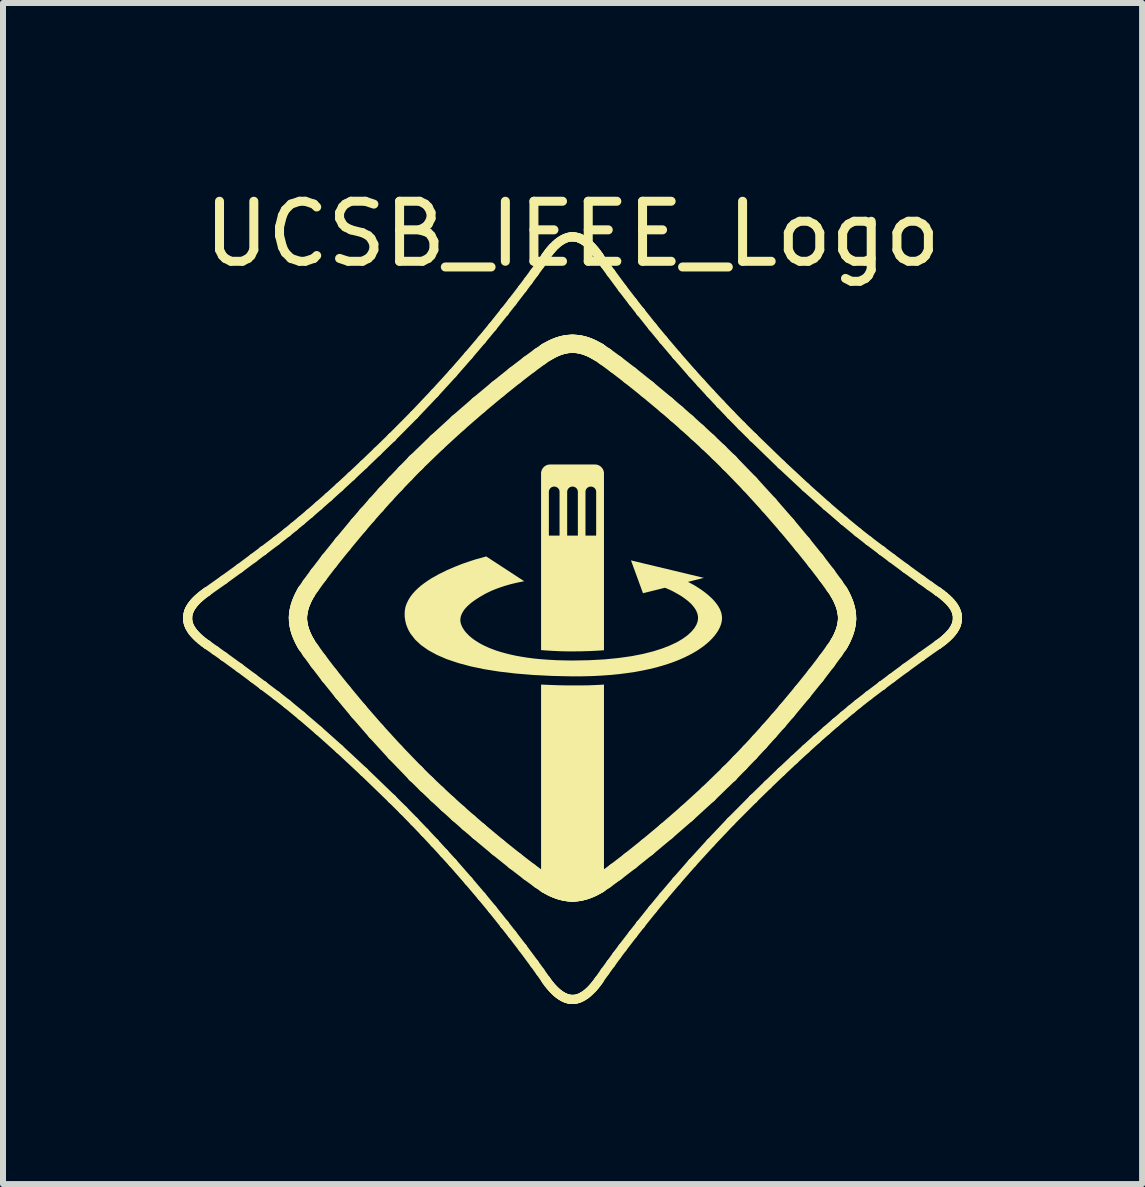
<source format=kicad_pcb>
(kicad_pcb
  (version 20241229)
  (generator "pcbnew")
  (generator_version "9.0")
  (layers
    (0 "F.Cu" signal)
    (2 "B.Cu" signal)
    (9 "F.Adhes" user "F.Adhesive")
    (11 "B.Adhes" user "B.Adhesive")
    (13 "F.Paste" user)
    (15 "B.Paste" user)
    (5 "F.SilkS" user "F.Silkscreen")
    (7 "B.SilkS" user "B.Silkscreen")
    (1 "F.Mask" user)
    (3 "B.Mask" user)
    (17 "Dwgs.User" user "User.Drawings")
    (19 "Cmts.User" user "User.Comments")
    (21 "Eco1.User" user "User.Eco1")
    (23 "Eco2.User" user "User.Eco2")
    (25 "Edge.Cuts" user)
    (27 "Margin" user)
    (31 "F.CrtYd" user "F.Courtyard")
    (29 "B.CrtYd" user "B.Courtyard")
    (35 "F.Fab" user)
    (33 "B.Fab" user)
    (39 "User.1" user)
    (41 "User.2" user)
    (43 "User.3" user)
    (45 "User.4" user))
  (footprint "UCSB_IEEE_Logo"
    (layer "F.Cu")
    (at 6.488 7.248)
    (property "Reference" "UCSB_IEEE_Logo" (at 0 -6.4 0) (unlocked yes) (layer "F.SilkS") (effects (font (size 1 1) (thickness 0.15))))
    (fp_line (start -6.412 0.000001) (end -6.412 0.000001) (stroke (width 0.152) (type solid)) (layer "F.SilkS"))
    (fp_line (start -6.412 0.000001) (end -6.412 -0.015) (stroke (width 0.152) (type solid)) (layer "F.SilkS"))
    (fp_line (start -6.412 -0.015) (end -6.411 -0.032) (stroke (width 0.152) (type solid)) (layer "F.SilkS"))
    (fp_line (start -6.411 -0.032) (end -6.409 -0.05) (stroke (width 0.152) (type solid)) (layer "F.SilkS"))
    (fp_line (start -6.411 0.032) (end -6.412 0.000001) (stroke (width 0.152) (type solid)) (layer "F.SilkS"))
    (fp_line (start -6.409 -0.05) (end -6.405 -0.07) (stroke (width 0.152) (type solid)) (layer "F.SilkS"))
    (fp_line (start -6.409 0.05) (end -6.411 0.032) (stroke (width 0.152) (type solid)) (layer "F.SilkS"))
    (fp_line (start -6.405 -0.07) (end -6.399 -0.092) (stroke (width 0.152) (type solid)) (layer "F.SilkS"))
    (fp_line (start -6.405 0.07) (end -6.409 0.05) (stroke (width 0.152) (type solid)) (layer "F.SilkS"))
    (fp_line (start -6.399 -0.092) (end -6.395 -0.104) (stroke (width 0.152) (type solid)) (layer "F.SilkS"))
    (fp_line (start -6.399 0.092) (end -6.405 0.07) (stroke (width 0.152) (type solid)) (layer "F.SilkS"))
    (fp_line (start -6.395 -0.104) (end -6.391 -0.116) (stroke (width 0.152) (type solid)) (layer "F.SilkS"))
    (fp_line (start -6.391 -0.116) (end -6.386 -0.129) (stroke (width 0.152) (type solid)) (layer "F.SilkS"))
    (fp_line (start -6.391 0.116) (end -6.399 0.092) (stroke (width 0.152) (type solid)) (layer "F.SilkS"))
    (fp_line (start -6.386 -0.129) (end -6.38 -0.142) (stroke (width 0.152) (type solid)) (layer "F.SilkS"))
    (fp_line (start -6.38 -0.142) (end -6.373 -0.155) (stroke (width 0.152) (type solid)) (layer "F.SilkS"))
    (fp_line (start -6.38 0.142) (end -6.391 0.116) (stroke (width 0.152) (type solid)) (layer "F.SilkS"))
    (fp_line (start -6.373 -0.155) (end -6.366 -0.169) (stroke (width 0.152) (type solid)) (layer "F.SilkS"))
    (fp_line (start -6.366 -0.169) (end -6.357 -0.183) (stroke (width 0.152) (type solid)) (layer "F.SilkS"))
    (fp_line (start -6.365 0.169) (end -6.38 0.142) (stroke (width 0.152) (type solid)) (layer "F.SilkS"))
    (fp_line (start -6.357 -0.183) (end -6.348 -0.198) (stroke (width 0.152) (type solid)) (layer "F.SilkS"))
    (fp_line (start -6.348 -0.198) (end -6.337 -0.212) (stroke (width 0.152) (type solid)) (layer "F.SilkS"))
    (fp_line (start -6.347 0.198) (end -6.365 0.169) (stroke (width 0.152) (type solid)) (layer "F.SilkS"))
    (fp_line (start -6.337 -0.212) (end -6.326 -0.228) (stroke (width 0.152) (type solid)) (layer "F.SilkS"))
    (fp_line (start -6.326 -0.228) (end -6.313 -0.244) (stroke (width 0.152) (type solid)) (layer "F.SilkS"))
    (fp_line (start -6.326 0.228) (end -6.347 0.198) (stroke (width 0.152) (type solid)) (layer "F.SilkS"))
    (fp_line (start -6.313 -0.244) (end -6.3 -0.26) (stroke (width 0.152) (type solid)) (layer "F.SilkS"))
    (fp_line (start -6.3 -0.26) (end -6.285 -0.276) (stroke (width 0.152) (type solid)) (layer "F.SilkS"))
    (fp_line (start -6.299 0.26) (end -6.326 0.228) (stroke (width 0.152) (type solid)) (layer "F.SilkS"))
    (fp_line (start -6.285 -0.276) (end -6.269 -0.293) (stroke (width 0.152) (type solid)) (layer "F.SilkS"))
    (fp_line (start -6.269 -0.293) (end -6.251 -0.311) (stroke (width 0.152) (type solid)) (layer "F.SilkS"))
    (fp_line (start -6.268 0.293) (end -6.299 0.26) (stroke (width 0.152) (type solid)) (layer "F.SilkS"))
    (fp_line (start -6.251 -0.311) (end -6.232 -0.328) (stroke (width 0.152) (type solid)) (layer "F.SilkS"))
    (fp_line (start -6.232 -0.328) (end -6.212 -0.346) (stroke (width 0.152) (type solid)) (layer "F.SilkS"))
    (fp_line (start -6.232 0.328) (end -6.268 0.293) (stroke (width 0.152) (type solid)) (layer "F.SilkS"))
    (fp_line (start -6.212 -0.346) (end -6.19 -0.365) (stroke (width 0.152) (type solid)) (layer "F.SilkS"))
    (fp_line (start -6.19 -0.365) (end -6.167 -0.384) (stroke (width 0.152) (type solid)) (layer "F.SilkS"))
    (fp_line (start -6.19 0.365) (end -6.232 0.328) (stroke (width 0.152) (type solid)) (layer "F.SilkS"))
    (fp_line (start -6.167 -0.384) (end -6.142 -0.403) (stroke (width 0.152) (type solid)) (layer "F.SilkS"))
    (fp_line (start -6.142 -0.403) (end -6.116 -0.422) (stroke (width 0.152) (type solid)) (layer "F.SilkS"))
    (fp_line (start -6.142 0.403) (end -6.19 0.365) (stroke (width 0.152) (type solid)) (layer "F.SilkS"))
    (fp_line (start -6.116 -0.422) (end -6.088 -0.442) (stroke (width 0.152) (type solid)) (layer "F.SilkS"))
    (fp_line (start -6.088 -0.442) (end -6.088 -0.442) (stroke (width 0.152) (type solid)) (layer "F.SilkS"))
    (fp_line (start -6.088 -0.442) (end -5.811 -0.638) (stroke (width 0.152) (type solid)) (layer "F.SilkS"))
    (fp_line (start -6.088 0.442) (end -6.142 0.403) (stroke (width 0.152) (type solid)) (layer "F.SilkS"))
    (fp_line (start -6.088 0.442) (end -6.088 0.442) (stroke (width 0.152) (type solid)) (layer "F.SilkS"))
    (fp_line (start -5.95 0.539) (end -6.088 0.442) (stroke (width 0.152) (type solid)) (layer "F.SilkS"))
    (fp_line (start -5.811 -0.638) (end -5.546 -0.83) (stroke (width 0.152) (type solid)) (layer "F.SilkS"))
    (fp_line (start -5.811 0.638) (end -5.95 0.539) (stroke (width 0.152) (type solid)) (layer "F.SilkS"))
    (fp_line (start -5.546 -0.83) (end -5.319 -0.999) (stroke (width 0.152) (type solid)) (layer "F.SilkS"))
    (fp_line (start -5.546 0.83) (end -5.811 0.638) (stroke (width 0.152) (type solid)) (layer "F.SilkS"))
    (fp_line (start -5.319 -0.999) (end -5.154 -1.123) (stroke (width 0.152) (type solid)) (layer "F.SilkS"))
    (fp_line (start -5.319 0.999) (end -5.546 0.83) (stroke (width 0.152) (type solid)) (layer "F.SilkS"))
    (fp_line (start -5.154 -1.123) (end -5.154 -1.123) (stroke (width 0.152) (type solid)) (layer "F.SilkS"))
    (fp_line (start -5.154 -1.123) (end -4.935 -1.288) (stroke (width 0.152) (type solid)) (layer "F.SilkS"))
    (fp_line (start -5.154 1.123) (end -5.319 0.999) (stroke (width 0.152) (type solid)) (layer "F.SilkS"))
    (fp_line (start -5.154 1.123) (end -5.154 1.123) (stroke (width 0.152) (type solid)) (layer "F.SilkS"))
    (fp_line (start -4.935 -1.288) (end -4.753 -1.431) (stroke (width 0.152) (type solid)) (layer "F.SilkS"))
    (fp_line (start -4.935 1.288) (end -5.154 1.123) (stroke (width 0.152) (type solid)) (layer "F.SilkS"))
    (fp_line (start -4.753 -1.431) (end -4.643 -1.521) (stroke (width 0.152) (type solid)) (layer "F.SilkS"))
    (fp_line (start -4.753 1.431) (end -4.935 1.288) (stroke (width 0.152) (type solid)) (layer "F.SilkS"))
    (fp_line (start -4.643 -1.521) (end -4.519 -1.624) (stroke (width 0.152) (type solid)) (layer "F.SilkS"))
    (fp_line (start -4.574 0.000001) (end -4.574 0.000001) (stroke (width 0.304) (type solid)) (layer "F.SilkS"))
    (fp_line (start -4.574 0.000001) (end -4.574 -0.019) (stroke (width 0.304) (type solid)) (layer "F.SilkS"))
    (fp_line (start -4.574 -0.019) (end -4.573 -0.039) (stroke (width 0.304) (type solid)) (layer "F.SilkS"))
    (fp_line (start -4.573 -0.039) (end -4.571 -0.061) (stroke (width 0.304) (type solid)) (layer "F.SilkS"))
    (fp_line (start -4.573 0.039) (end -4.574 0.000001) (stroke (width 0.304) (type solid)) (layer "F.SilkS"))
    (fp_line (start -4.571 -0.061) (end -4.568 -0.083) (stroke (width 0.304) (type solid)) (layer "F.SilkS"))
    (fp_line (start -4.571 0.061) (end -4.573 0.039) (stroke (width 0.304) (type solid)) (layer "F.SilkS"))
    (fp_line (start -4.568 -0.083) (end -4.564 -0.107) (stroke (width 0.304) (type solid)) (layer "F.SilkS"))
    (fp_line (start -4.568 0.083) (end -4.571 0.061) (stroke (width 0.304) (type solid)) (layer "F.SilkS"))
    (fp_line (start -4.564 -0.107) (end -4.56 -0.132) (stroke (width 0.304) (type solid)) (layer "F.SilkS"))
    (fp_line (start -4.564 0.107) (end -4.568 0.083) (stroke (width 0.304) (type solid)) (layer "F.SilkS"))
    (fp_line (start -4.56 -0.132) (end -4.554 -0.157) (stroke (width 0.304) (type solid)) (layer "F.SilkS"))
    (fp_line (start -4.56 0.132) (end -4.564 0.107) (stroke (width 0.304) (type solid)) (layer "F.SilkS"))
    (fp_line (start -4.554 -0.157) (end -4.547 -0.184) (stroke (width 0.304) (type solid)) (layer "F.SilkS"))
    (fp_line (start -4.554 0.157) (end -4.56 0.132) (stroke (width 0.304) (type solid)) (layer "F.SilkS"))
    (fp_line (start -4.547 -0.184) (end -4.538 -0.212) (stroke (width 0.304) (type solid)) (layer "F.SilkS"))
    (fp_line (start -4.547 0.184) (end -4.554 0.157) (stroke (width 0.304) (type solid)) (layer "F.SilkS"))
    (fp_line (start -4.538 -0.212) (end -4.529 -0.241) (stroke (width 0.304) (type solid)) (layer "F.SilkS"))
    (fp_line (start -4.538 0.212) (end -4.547 0.184) (stroke (width 0.304) (type solid)) (layer "F.SilkS"))
    (fp_line (start -4.529 -0.241) (end -4.517 -0.27) (stroke (width 0.304) (type solid)) (layer "F.SilkS"))
    (fp_line (start -4.529 0.241) (end -4.538 0.212) (stroke (width 0.304) (type solid)) (layer "F.SilkS"))
    (fp_line (start -4.519 -1.624) (end -4.382 -1.74) (stroke (width 0.152) (type solid)) (layer "F.SilkS"))
    (fp_line (start -4.519 1.624) (end -4.753 1.431) (stroke (width 0.152) (type solid)) (layer "F.SilkS"))
    (fp_line (start -4.517 -0.27) (end -4.504 -0.301) (stroke (width 0.304) (type solid)) (layer "F.SilkS"))
    (fp_line (start -4.517 0.27) (end -4.529 0.241) (stroke (width 0.304) (type solid)) (layer "F.SilkS"))
    (fp_line (start -4.504 -0.301) (end -4.49 -0.333) (stroke (width 0.304) (type solid)) (layer "F.SilkS"))
    (fp_line (start -4.504 0.301) (end -4.517 0.27) (stroke (width 0.304) (type solid)) (layer "F.SilkS"))
    (fp_line (start -4.49 -0.333) (end -4.474 -0.365) (stroke (width 0.304) (type solid)) (layer "F.SilkS"))
    (fp_line (start -4.49 0.333) (end -4.504 0.301) (stroke (width 0.304) (type solid)) (layer "F.SilkS"))
    (fp_line (start -4.474 -0.365) (end -4.456 -0.399) (stroke (width 0.304) (type solid)) (layer "F.SilkS"))
    (fp_line (start -4.474 0.365) (end -4.49 0.333) (stroke (width 0.304) (type solid)) (layer "F.SilkS"))
    (fp_line (start -4.456 -0.399) (end -4.436 -0.433) (stroke (width 0.304) (type solid)) (layer "F.SilkS"))
    (fp_line (start -4.456 0.399) (end -4.474 0.365) (stroke (width 0.304) (type solid)) (layer "F.SilkS"))
    (fp_line (start -4.436 -0.433) (end -4.436 -0.433) (stroke (width 0.304) (type solid)) (layer "F.SilkS"))
    (fp_line (start -4.436 -0.433) (end -4.363 -0.541) (stroke (width 0.304) (type solid)) (layer "F.SilkS"))
    (fp_line (start -4.436 0.433) (end -4.456 0.399) (stroke (width 0.304) (type solid)) (layer "F.SilkS"))
    (fp_line (start -4.436 0.433) (end -4.436 0.433) (stroke (width 0.304) (type solid)) (layer "F.SilkS"))
    (fp_line (start -4.382 -1.74) (end -4.23 -1.872) (stroke (width 0.152) (type solid)) (layer "F.SilkS"))
    (fp_line (start -4.363 -0.541) (end -4.234 -0.718) (stroke (width 0.304) (type solid)) (layer "F.SilkS"))
    (fp_line (start -4.363 0.541) (end -4.436 0.433) (stroke (width 0.304) (type solid)) (layer "F.SilkS"))
    (fp_line (start -4.234 -0.718) (end -4.054 -0.953) (stroke (width 0.304) (type solid)) (layer "F.SilkS"))
    (fp_line (start -4.234 0.718) (end -4.363 0.541) (stroke (width 0.304) (type solid)) (layer "F.SilkS"))
    (fp_line (start -4.23 -1.872) (end -4.064 -2.018) (stroke (width 0.152) (type solid)) (layer "F.SilkS"))
    (fp_line (start -4.23 1.872) (end -4.519 1.624) (stroke (width 0.152) (type solid)) (layer "F.SilkS"))
    (fp_line (start -4.064 -2.018) (end -3.884 -2.181) (stroke (width 0.152) (type solid)) (layer "F.SilkS"))
    (fp_line (start -4.054 -0.953) (end -3.829 -1.233) (stroke (width 0.304) (type solid)) (layer "F.SilkS"))
    (fp_line (start -4.054 0.953) (end -4.234 0.718) (stroke (width 0.304) (type solid)) (layer "F.SilkS"))
    (fp_line (start -3.884 -2.181) (end -3.689 -2.361) (stroke (width 0.152) (type solid)) (layer "F.SilkS"))
    (fp_line (start -3.884 2.181) (end -4.23 1.872) (stroke (width 0.152) (type solid)) (layer "F.SilkS"))
    (fp_line (start -3.829 -1.233) (end -3.567 -1.548) (stroke (width 0.304) (type solid)) (layer "F.SilkS"))
    (fp_line (start -3.829 1.233) (end -4.054 0.953) (stroke (width 0.304) (type solid)) (layer "F.SilkS"))
    (fp_line (start -3.689 -2.361) (end -3.478 -2.559) (stroke (width 0.152) (type solid)) (layer "F.SilkS"))
    (fp_line (start -3.567 -1.548) (end -3.423 -1.716) (stroke (width 0.304) (type solid)) (layer "F.SilkS"))
    (fp_line (start -3.567 1.548) (end -3.829 1.233) (stroke (width 0.304) (type solid)) (layer "F.SilkS"))
    (fp_line (start -3.478 -2.559) (end -3.252 -2.776) (stroke (width 0.152) (type solid)) (layer "F.SilkS"))
    (fp_line (start -3.478 2.559) (end -3.884 2.181) (stroke (width 0.152) (type solid)) (layer "F.SilkS"))
    (fp_line (start -3.423 -1.716) (end -3.272 -1.887) (stroke (width 0.304) (type solid)) (layer "F.SilkS"))
    (fp_line (start -3.272 -1.887) (end -3.115 -2.062) (stroke (width 0.304) (type solid)) (layer "F.SilkS"))
    (fp_line (start -3.272 1.887) (end -3.567 1.548) (stroke (width 0.304) (type solid)) (layer "F.SilkS"))
    (fp_line (start -3.252 -2.776) (end -3.009 -3.012) (stroke (width 0.152) (type solid)) (layer "F.SilkS"))
    (fp_line (start -3.115 -2.062) (end -2.951 -2.238) (stroke (width 0.304) (type solid)) (layer "F.SilkS"))
    (fp_line (start -3.009 -3.012) (end -3.009 -3.012) (stroke (width 0.152) (type solid)) (layer "F.SilkS"))
    (fp_line (start -3.009 -3.012) (end -2.637 -3.387) (stroke (width 0.152) (type solid)) (layer "F.SilkS"))
    (fp_line (start -3.009 3.012) (end -3.478 2.559) (stroke (width 0.152) (type solid)) (layer "F.SilkS"))
    (fp_line (start -3.009 3.012) (end -3.009 3.012) (stroke (width 0.152) (type solid)) (layer "F.SilkS"))
    (fp_line (start -2.951 -2.238) (end -2.783 -2.414) (stroke (width 0.304) (type solid)) (layer "F.SilkS"))
    (fp_line (start -2.951 2.238) (end -3.272 1.887) (stroke (width 0.304) (type solid)) (layer "F.SilkS"))
    (fp_line (start -2.819 3.201) (end -3.009 3.012) (stroke (width 0.152) (type solid)) (layer "F.SilkS"))
    (fp_line (start -2.783 -2.414) (end -2.611 -2.59) (stroke (width 0.304) (type solid)) (layer "F.SilkS"))
    (fp_line (start -2.637 -3.387) (end -2.298 -3.745) (stroke (width 0.152) (type solid)) (layer "F.SilkS"))
    (fp_line (start -2.637 3.387) (end -2.819 3.201) (stroke (width 0.152) (type solid)) (layer "F.SilkS"))
    (fp_line (start -2.611 -2.59) (end -2.611 -2.59) (stroke (width 0.304) (type solid)) (layer "F.SilkS"))
    (fp_line (start -2.611 -2.59) (end -2.258 -2.931) (stroke (width 0.304) (type solid)) (layer "F.SilkS"))
    (fp_line (start -2.611 2.59) (end -2.951 2.238) (stroke (width 0.304) (type solid)) (layer "F.SilkS"))
    (fp_line (start -2.611 2.59) (end -2.611 2.59) (stroke (width 0.304) (type solid)) (layer "F.SilkS"))
    (fp_line (start -2.463 3.569) (end -2.637 3.387) (stroke (width 0.152) (type solid)) (layer "F.SilkS"))
    (fp_line (start -2.436 2.762) (end -2.611 2.59) (stroke (width 0.304) (type solid)) (layer "F.SilkS"))
    (fp_line (start -2.298 -3.745) (end -1.995 -4.077) (stroke (width 0.152) (type solid)) (layer "F.SilkS"))
    (fp_line (start -2.298 3.745) (end -2.463 3.569) (stroke (width 0.152) (type solid)) (layer "F.SilkS"))
    (fp_line (start -2.258 -2.931) (end -1.905 -3.254) (stroke (width 0.304) (type solid)) (layer "F.SilkS"))
    (fp_line (start -2.258 2.931) (end -2.436 2.762) (stroke (width 0.304) (type solid)) (layer "F.SilkS"))
    (fp_line (start -2.142 3.915) (end -2.298 3.745) (stroke (width 0.152) (type solid)) (layer "F.SilkS"))
    (fp_line (start -2.081 3.095) (end -2.258 2.931) (stroke (width 0.304) (type solid)) (layer "F.SilkS"))
    (fp_line (start -1.995 -4.077) (end -1.732 -4.378) (stroke (width 0.152) (type solid)) (layer "F.SilkS"))
    (fp_line (start -1.995 4.077) (end -2.142 3.915) (stroke (width 0.152) (type solid)) (layer "F.SilkS"))
    (fp_line (start -1.905 -3.254) (end -1.563 -3.551) (stroke (width 0.304) (type solid)) (layer "F.SilkS"))
    (fp_line (start -1.905 3.254) (end -2.081 3.095) (stroke (width 0.304) (type solid)) (layer "F.SilkS"))
    (fp_line (start -1.732 -4.378) (end -1.511 -4.638) (stroke (width 0.152) (type solid)) (layer "F.SilkS"))
    (fp_line (start -1.732 4.378) (end -1.995 4.077) (stroke (width 0.152) (type solid)) (layer "F.SilkS"))
    (fp_line (start -1.732 3.406) (end -1.905 3.254) (stroke (width 0.304) (type solid)) (layer "F.SilkS"))
    (fp_line (start -1.563 -3.551) (end -1.244 -3.817) (stroke (width 0.304) (type solid)) (layer "F.SilkS"))
    (fp_line (start -1.563 3.551) (end -1.732 3.406) (stroke (width 0.304) (type solid)) (layer "F.SilkS"))
    (fp_line (start -1.511 -4.638) (end -1.335 -4.851) (stroke (width 0.152) (type solid)) (layer "F.SilkS"))
    (fp_line (start -1.511 4.638) (end -1.732 4.378) (stroke (width 0.152) (type solid)) (layer "F.SilkS"))
    (fp_line (start -1.335 -4.851) (end -1.133 -5.104) (stroke (width 0.152) (type solid)) (layer "F.SilkS"))
    (fp_line (start -1.335 4.851) (end -1.511 4.638) (stroke (width 0.152) (type solid)) (layer "F.SilkS"))
    (fp_line (start -1.244 -3.817) (end -0.959 -4.045) (stroke (width 0.304) (type solid)) (layer "F.SilkS"))
    (fp_line (start -1.244 3.817) (end -1.563 3.551) (stroke (width 0.304) (type solid)) (layer "F.SilkS"))
    (fp_line (start -1.133 -5.104) (end -1.133 -5.104) (stroke (width 0.152) (type solid)) (layer "F.SilkS"))
    (fp_line (start -1.133 -5.104) (end -1.005 -5.267) (stroke (width 0.152) (type solid)) (layer "F.SilkS"))
    (fp_line (start -1.133 5.104) (end -1.335 4.851) (stroke (width 0.152) (type solid)) (layer "F.SilkS"))
    (fp_line (start -1.133 5.104) (end -1.133 5.104) (stroke (width 0.152) (type solid)) (layer "F.SilkS"))
    (fp_line (start -1.005 -5.267) (end -0.833 -5.491) (stroke (width 0.152) (type solid)) (layer "F.SilkS"))
    (fp_line (start -1.005 5.267) (end -1.133 5.104) (stroke (width 0.152) (type solid)) (layer "F.SilkS"))
    (fp_line (start -0.959 -4.045) (end -0.721 -4.228) (stroke (width 0.304) (type solid)) (layer "F.SilkS"))
    (fp_line (start -0.959 4.045) (end -1.244 3.817) (stroke (width 0.304) (type solid)) (layer "F.SilkS"))
    (fp_line (start -0.833 -5.491) (end -0.737 -5.619) (stroke (width 0.152) (type solid)) (layer "F.SilkS"))
    (fp_line (start -0.833 5.491) (end -1.005 5.267) (stroke (width 0.152) (type solid)) (layer "F.SilkS"))
    (fp_line (start -0.737 -5.619) (end -0.638 -5.754) (stroke (width 0.152) (type solid)) (layer "F.SilkS"))
    (fp_line (start -0.721 -4.228) (end -0.542 -4.359) (stroke (width 0.304) (type solid)) (layer "F.SilkS"))
    (fp_line (start -0.721 4.228) (end -0.959 4.045) (stroke (width 0.304) (type solid)) (layer "F.SilkS"))
    (fp_line (start -0.638 -5.754) (end -0.539 -5.891) (stroke (width 0.152) (type solid)) (layer "F.SilkS"))
    (fp_line (start -0.638 5.754) (end -0.833 5.491) (stroke (width 0.152) (type solid)) (layer "F.SilkS"))
    (fp_line (start -0.542 -4.359) (end -0.433 -4.433) (stroke (width 0.304) (type solid)) (layer "F.SilkS"))
    (fp_line (start -0.542 4.359) (end -0.721 4.228) (stroke (width 0.304) (type solid)) (layer "F.SilkS"))
    (fp_line (start -0.539 -5.891) (end -0.442 -6.029) (stroke (width 0.152) (type solid)) (layer "F.SilkS"))
    (fp_line (start -0.539 5.891) (end -0.638 5.754) (stroke (width 0.152) (type solid)) (layer "F.SilkS"))
    (fp_line (start -0.442 -6.029) (end -0.442 -6.029) (stroke (width 0.152) (type solid)) (layer "F.SilkS"))
    (fp_line (start -0.442 -6.029) (end -0.421 -6.059) (stroke (width 0.152) (type solid)) (layer "F.SilkS"))
    (fp_line (start -0.442 6.029) (end -0.539 5.891) (stroke (width 0.152) (type solid)) (layer "F.SilkS"))
    (fp_line (start -0.442 6.029) (end -0.442 6.029) (stroke (width 0.152) (type solid)) (layer "F.SilkS"))
    (fp_line (start -0.433 -4.433) (end -0.433 -4.433) (stroke (width 0.304) (type solid)) (layer "F.SilkS"))
    (fp_line (start -0.433 -4.433) (end -0.399 -4.452) (stroke (width 0.304) (type solid)) (layer "F.SilkS"))
    (fp_line (start -0.433 4.433) (end -0.542 4.359) (stroke (width 0.304) (type solid)) (layer "F.SilkS"))
    (fp_line (start -0.433 4.433) (end -0.433 4.433) (stroke (width 0.304) (type solid)) (layer "F.SilkS"))
    (fp_line (start -0.421 -6.059) (end -0.4 -6.087) (stroke (width 0.152) (type solid)) (layer "F.SilkS"))
    (fp_line (start -0.421 6.059) (end -0.442 6.029) (stroke (width 0.152) (type solid)) (layer "F.SilkS"))
    (fp_line (start -0.4 -6.087) (end -0.38 -6.113) (stroke (width 0.152) (type solid)) (layer "F.SilkS"))
    (fp_line (start -0.4 6.087) (end -0.421 6.059) (stroke (width 0.152) (type solid)) (layer "F.SilkS"))
    (fp_line (start -0.399 -4.452) (end -0.366 -4.47) (stroke (width 0.304) (type solid)) (layer "F.SilkS"))
    (fp_line (start -0.399 4.452) (end -0.433 4.433) (stroke (width 0.304) (type solid)) (layer "F.SilkS"))
    (fp_line (start -0.38 -6.113) (end -0.36 -6.137) (stroke (width 0.152) (type solid)) (layer "F.SilkS"))
    (fp_line (start -0.379 6.113) (end -0.4 6.087) (stroke (width 0.152) (type solid)) (layer "F.SilkS"))
    (fp_line (start -0.366 -4.47) (end -0.334 -4.487) (stroke (width 0.304) (type solid)) (layer "F.SilkS"))
    (fp_line (start -0.366 4.47) (end -0.399 4.452) (stroke (width 0.304) (type solid)) (layer "F.SilkS"))
    (fp_line (start -0.36 -6.137) (end -0.34 -6.16) (stroke (width 0.152) (type solid)) (layer "F.SilkS"))
    (fp_line (start -0.359 6.137) (end -0.379 6.113) (stroke (width 0.152) (type solid)) (layer "F.SilkS"))
    (fp_line (start -0.34 -6.16) (end -0.321 -6.181) (stroke (width 0.152) (type solid)) (layer "F.SilkS"))
    (fp_line (start -0.339 6.16) (end -0.359 6.137) (stroke (width 0.152) (type solid)) (layer "F.SilkS"))
    (fp_line (start -0.334 -4.487) (end -0.304 -4.501) (stroke (width 0.304) (type solid)) (layer "F.SilkS"))
    (fp_line (start -0.334 4.487) (end -0.366 4.47) (stroke (width 0.304) (type solid)) (layer "F.SilkS"))
    (fp_line (start -0.321 -6.181) (end -0.283 -6.218) (stroke (width 0.152) (type solid)) (layer "F.SilkS"))
    (fp_line (start -0.32 6.181) (end -0.339 6.16) (stroke (width 0.152) (type solid)) (layer "F.SilkS"))
    (fp_line (start -0.304 -4.501) (end -0.274 -4.514) (stroke (width 0.304) (type solid)) (layer "F.SilkS"))
    (fp_line (start -0.303 4.501) (end -0.334 4.487) (stroke (width 0.304) (type solid)) (layer "F.SilkS"))
    (fp_line (start -0.301 6.2) (end -0.32 6.181) (stroke (width 0.152) (type solid)) (layer "F.SilkS"))
    (fp_line (start -0.283 -6.218) (end -0.248 -6.249) (stroke (width 0.152) (type solid)) (layer "F.SilkS"))
    (fp_line (start -0.282 6.218) (end -0.301 6.2) (stroke (width 0.152) (type solid)) (layer "F.SilkS"))
    (fp_line (start -0.274 -4.514) (end -0.246 -4.525) (stroke (width 0.304) (type solid)) (layer "F.SilkS"))
    (fp_line (start -0.272 4.514) (end -0.303 4.501) (stroke (width 0.304) (type solid)) (layer "F.SilkS"))
    (fp_line (start -0.264 6.235) (end -0.282 6.218) (stroke (width 0.152) (type solid)) (layer "F.SilkS"))
    (fp_line (start -0.248 -6.249) (end -0.214 -6.275) (stroke (width 0.152) (type solid)) (layer "F.SilkS"))
    (fp_line (start -0.246 6.25) (end -0.264 6.235) (stroke (width 0.152) (type solid)) (layer "F.SilkS"))
    (fp_line (start -0.246 -4.525) (end -0.218 -4.535) (stroke (width 0.304) (type solid)) (layer "F.SilkS"))
    (fp_line (start -0.243 4.525) (end -0.272 4.514) (stroke (width 0.304) (type solid)) (layer "F.SilkS"))
    (fp_line (start -0.228 6.263) (end -0.246 6.25) (stroke (width 0.152) (type solid)) (layer "F.SilkS"))
    (fp_line (start -0.218 -4.535) (end -0.191 -4.543) (stroke (width 0.304) (type solid)) (layer "F.SilkS"))
    (fp_line (start -0.215 4.535) (end -0.243 4.525) (stroke (width 0.304) (type solid)) (layer "F.SilkS"))
    (fp_line (start -0.214 -6.275) (end -0.182 -6.296) (stroke (width 0.152) (type solid)) (layer "F.SilkS"))
    (fp_line (start -0.212 6.276) (end -0.228 6.263) (stroke (width 0.152) (type solid)) (layer "F.SilkS"))
    (fp_line (start -0.195 6.287) (end -0.212 6.276) (stroke (width 0.152) (type solid)) (layer "F.SilkS"))
    (fp_line (start -0.191 -4.543) (end -0.165 -4.55) (stroke (width 0.304) (type solid)) (layer "F.SilkS"))
    (fp_line (start -0.188 4.543) (end -0.215 4.535) (stroke (width 0.304) (type solid)) (layer "F.SilkS"))
    (fp_line (start -0.182 -6.296) (end -0.152 -6.313) (stroke (width 0.152) (type solid)) (layer "F.SilkS"))
    (fp_line (start -0.179 6.297) (end -0.195 6.287) (stroke (width 0.152) (type solid)) (layer "F.SilkS"))
    (fp_line (start -0.165 -4.55) (end -0.14 -4.556) (stroke (width 0.304) (type solid)) (layer "F.SilkS"))
    (fp_line (start -0.164 6.306) (end -0.179 6.297) (stroke (width 0.152) (type solid)) (layer "F.SilkS"))
    (fp_line (start -0.161 4.55) (end -0.188 4.543) (stroke (width 0.304) (type solid)) (layer "F.SilkS"))
    (fp_line (start -0.152 -6.313) (end -0.124 -6.326) (stroke (width 0.152) (type solid)) (layer "F.SilkS"))
    (fp_line (start -0.149 6.314) (end -0.164 6.306) (stroke (width 0.152) (type solid)) (layer "F.SilkS"))
    (fp_line (start -0.14 -4.556) (end -0.115 -4.561) (stroke (width 0.304) (type solid)) (layer "F.SilkS"))
    (fp_line (start -0.136 4.556) (end -0.161 4.55) (stroke (width 0.304) (type solid)) (layer "F.SilkS"))
    (fp_line (start -0.135 6.321) (end -0.149 6.314) (stroke (width 0.152) (type solid)) (layer "F.SilkS"))
    (fp_line (start -0.124 -6.326) (end -0.099 -6.336) (stroke (width 0.152) (type solid)) (layer "F.SilkS"))
    (fp_line (start -0.121 6.327) (end -0.135 6.321) (stroke (width 0.152) (type solid)) (layer "F.SilkS"))
    (fp_line (start -0.115 -4.561) (end -0.091 -4.565) (stroke (width 0.304) (type solid)) (layer "F.SilkS"))
    (fp_line (start -0.111 4.561) (end -0.136 4.556) (stroke (width 0.304) (type solid)) (layer "F.SilkS"))
    (fp_line (start -0.108 6.332) (end -0.121 6.327) (stroke (width 0.152) (type solid)) (layer "F.SilkS"))
    (fp_line (start -0.099 -6.336) (end -0.076 -6.343) (stroke (width 0.152) (type solid)) (layer "F.SilkS"))
    (fp_line (start -0.096 6.337) (end -0.108 6.332) (stroke (width 0.152) (type solid)) (layer "F.SilkS"))
    (fp_line (start -0.091 -4.565) (end -0.068 -4.567) (stroke (width 0.304) (type solid)) (layer "F.SilkS"))
    (fp_line (start -0.087 4.565) (end -0.111 4.561) (stroke (width 0.304) (type solid)) (layer "F.SilkS"))
    (fp_line (start -0.084 6.34) (end -0.096 6.337) (stroke (width 0.152) (type solid)) (layer "F.SilkS"))
    (fp_line (start -0.076 -6.343) (end -0.055 -6.348) (stroke (width 0.152) (type solid)) (layer "F.SilkS"))
    (fp_line (start -0.073 6.343) (end -0.084 6.34) (stroke (width 0.152) (type solid)) (layer "F.SilkS"))
    (fp_line (start -0.068 -4.567) (end -0.045 -4.569) (stroke (width 0.304) (type solid)) (layer "F.SilkS"))
    (fp_line (start -0.064 4.567) (end -0.087 4.565) (stroke (width 0.304) (type solid)) (layer "F.SilkS"))
    (fp_line (start -0.055 -6.348) (end -0.037 -6.35) (stroke (width 0.152) (type solid)) (layer "F.SilkS"))
    (fp_line (start -0.052 6.348) (end -0.073 6.343) (stroke (width 0.152) (type solid)) (layer "F.SilkS"))
    (fp_line (start -0.045 -4.569) (end -0.022 -4.57) (stroke (width 0.304) (type solid)) (layer "F.SilkS"))
    (fp_line (start -0.042 4.569) (end -0.064 4.567) (stroke (width 0.304) (type solid)) (layer "F.SilkS"))
    (fp_line (start -0.037 -6.35) (end -0.022 -6.352) (stroke (width 0.152) (type solid)) (layer "F.SilkS"))
    (fp_line (start -0.035 6.35) (end -0.052 6.348) (stroke (width 0.152) (type solid)) (layer "F.SilkS"))
    (fp_line (start -0.022 -4.57) (end -0.000001 -4.571) (stroke (width 0.304) (type solid)) (layer "F.SilkS"))
    (fp_line (start -0.022 -6.352) (end -0.000001 -6.352) (stroke (width 0.152) (type solid)) (layer "F.SilkS"))
    (fp_line (start -0.021 4.57) (end -0.042 4.569) (stroke (width 0.304) (type solid)) (layer "F.SilkS"))
    (fp_line (start -0.02 6.352) (end -0.035 6.35) (stroke (width 0.152) (type solid)) (layer "F.SilkS"))
    (fp_line (start -0.000001 -6.352) (end -0.000001 -6.352) (stroke (width 0.152) (type solid)) (layer "F.SilkS"))
    (fp_line (start -0.000001 -6.352) (end 0.022 -6.352) (stroke (width 0.152) (type solid)) (layer "F.SilkS"))
    (fp_line (start -0.000001 -4.571) (end -0.000001 -4.571) (stroke (width 0.304) (type solid)) (layer "F.SilkS"))
    (fp_line (start -0.000001 -4.571) (end 0.022 -4.57) (stroke (width 0.304) (type solid)) (layer "F.SilkS"))
    (fp_line (start -0.000001 4.571) (end -0.021 4.57) (stroke (width 0.304) (type solid)) (layer "F.SilkS"))
    (fp_line (start -0.000001 4.571) (end -0.000001 4.571) (stroke (width 0.304) (type solid)) (layer "F.SilkS"))
    (fp_line (start -0.000001 4.571) (end -0.000001 4.571) (stroke (width 0.304) (type solid)) (layer "F.SilkS"))
    (fp_line (start -0.000001 6.352) (end -0.02 6.352) (stroke (width 0.152) (type solid)) (layer "F.SilkS"))
    (fp_line (start -0.000001 6.352) (end -0.000001 6.352) (stroke (width 0.152) (type solid)) (layer "F.SilkS"))
    (fp_line (start -0.000001 6.352) (end -0.000001 6.352) (stroke (width 0.152) (type solid)) (layer "F.SilkS"))
    (fp_line (start 0.02 6.352) (end -0.000001 6.352) (stroke (width 0.152) (type solid)) (layer "F.SilkS"))
    (fp_line (start 0.021 4.57) (end -0.000001 4.571) (stroke (width 0.304) (type solid)) (layer "F.SilkS"))
    (fp_line (start 0.022 -6.352) (end 0.037 -6.35) (stroke (width 0.152) (type solid)) (layer "F.SilkS"))
    (fp_line (start 0.022 -4.57) (end 0.045 -4.569) (stroke (width 0.304) (type solid)) (layer "F.SilkS"))
    (fp_line (start 0.035 6.351) (end 0.02 6.352) (stroke (width 0.152) (type solid)) (layer "F.SilkS"))
    (fp_line (start 0.037 -6.35) (end 0.055 -6.348) (stroke (width 0.152) (type solid)) (layer "F.SilkS"))
    (fp_line (start 0.042 4.569) (end 0.021 4.57) (stroke (width 0.304) (type solid)) (layer "F.SilkS"))
    (fp_line (start 0.045 -4.569) (end 0.068 -4.567) (stroke (width 0.304) (type solid)) (layer "F.SilkS"))
    (fp_line (start 0.052 6.348) (end 0.035 6.351) (stroke (width 0.152) (type solid)) (layer "F.SilkS"))
    (fp_line (start 0.055 -6.348) (end 0.076 -6.343) (stroke (width 0.152) (type solid)) (layer "F.SilkS"))
    (fp_line (start 0.064 4.567) (end 0.042 4.569) (stroke (width 0.304) (type solid)) (layer "F.SilkS"))
    (fp_line (start 0.068 -4.567) (end 0.091 -4.565) (stroke (width 0.304) (type solid)) (layer "F.SilkS"))
    (fp_line (start 0.073 6.343) (end 0.052 6.348) (stroke (width 0.152) (type solid)) (layer "F.SilkS"))
    (fp_line (start 0.076 -6.343) (end 0.087 -6.34) (stroke (width 0.152) (type solid)) (layer "F.SilkS"))
    (fp_line (start 0.087 -6.34) (end 0.099 -6.336) (stroke (width 0.152) (type solid)) (layer "F.SilkS"))
    (fp_line (start 0.087 4.565) (end 0.064 4.567) (stroke (width 0.304) (type solid)) (layer "F.SilkS"))
    (fp_line (start 0.091 -4.565) (end 0.115 -4.561) (stroke (width 0.304) (type solid)) (layer "F.SilkS"))
    (fp_line (start 0.096 6.337) (end 0.073 6.343) (stroke (width 0.152) (type solid)) (layer "F.SilkS"))
    (fp_line (start 0.099 -6.336) (end 0.111 -6.332) (stroke (width 0.152) (type solid)) (layer "F.SilkS"))
    (fp_line (start 0.111 4.561) (end 0.087 4.565) (stroke (width 0.304) (type solid)) (layer "F.SilkS"))
    (fp_line (start 0.111 -6.332) (end 0.124 -6.326) (stroke (width 0.152) (type solid)) (layer "F.SilkS"))
    (fp_line (start 0.115 -4.561) (end 0.14 -4.556) (stroke (width 0.304) (type solid)) (layer "F.SilkS"))
    (fp_line (start 0.121 6.327) (end 0.096 6.337) (stroke (width 0.152) (type solid)) (layer "F.SilkS"))
    (fp_line (start 0.124 -6.326) (end 0.138 -6.32) (stroke (width 0.152) (type solid)) (layer "F.SilkS"))
    (fp_line (start 0.136 4.556) (end 0.111 4.561) (stroke (width 0.304) (type solid)) (layer "F.SilkS"))
    (fp_line (start 0.138 -6.32) (end 0.152 -6.313) (stroke (width 0.152) (type solid)) (layer "F.SilkS"))
    (fp_line (start 0.14 -4.556) (end 0.165 -4.55) (stroke (width 0.304) (type solid)) (layer "F.SilkS"))
    (fp_line (start 0.149 6.314) (end 0.121 6.327) (stroke (width 0.152) (type solid)) (layer "F.SilkS"))
    (fp_line (start 0.152 -6.313) (end 0.167 -6.305) (stroke (width 0.152) (type solid)) (layer "F.SilkS"))
    (fp_line (start 0.161 4.55) (end 0.136 4.556) (stroke (width 0.304) (type solid)) (layer "F.SilkS"))
    (fp_line (start 0.165 -4.55) (end 0.191 -4.543) (stroke (width 0.304) (type solid)) (layer "F.SilkS"))
    (fp_line (start 0.167 -6.305) (end 0.182 -6.296) (stroke (width 0.152) (type solid)) (layer "F.SilkS"))
    (fp_line (start 0.179 6.297) (end 0.149 6.314) (stroke (width 0.152) (type solid)) (layer "F.SilkS"))
    (fp_line (start 0.182 -6.296) (end 0.198 -6.286) (stroke (width 0.152) (type solid)) (layer "F.SilkS"))
    (fp_line (start 0.188 4.543) (end 0.161 4.55) (stroke (width 0.304) (type solid)) (layer "F.SilkS"))
    (fp_line (start 0.191 -4.543) (end 0.218 -4.535) (stroke (width 0.304) (type solid)) (layer "F.SilkS"))
    (fp_line (start 0.198 -6.286) (end 0.214 -6.275) (stroke (width 0.152) (type solid)) (layer "F.SilkS"))
    (fp_line (start 0.212 6.276) (end 0.179 6.297) (stroke (width 0.152) (type solid)) (layer "F.SilkS"))
    (fp_line (start 0.214 -6.275) (end 0.23 -6.263) (stroke (width 0.152) (type solid)) (layer "F.SilkS"))
    (fp_line (start 0.215 4.535) (end 0.188 4.543) (stroke (width 0.304) (type solid)) (layer "F.SilkS"))
    (fp_line (start 0.218 -4.535) (end 0.246 -4.525) (stroke (width 0.304) (type solid)) (layer "F.SilkS"))
    (fp_line (start 0.23 -6.263) (end 0.248 -6.249) (stroke (width 0.152) (type solid)) (layer "F.SilkS"))
    (fp_line (start 0.243 4.525) (end 0.215 4.535) (stroke (width 0.304) (type solid)) (layer "F.SilkS"))
    (fp_line (start 0.246 -4.525) (end 0.274 -4.514) (stroke (width 0.304) (type solid)) (layer "F.SilkS"))
    (fp_line (start 0.246 6.25) (end 0.212 6.276) (stroke (width 0.152) (type solid)) (layer "F.SilkS"))
    (fp_line (start 0.248 -6.249) (end 0.265 -6.234) (stroke (width 0.152) (type solid)) (layer "F.SilkS"))
    (fp_line (start 0.265 -6.234) (end 0.283 -6.218) (stroke (width 0.152) (type solid)) (layer "F.SilkS"))
    (fp_line (start 0.272 4.514) (end 0.243 4.525) (stroke (width 0.304) (type solid)) (layer "F.SilkS"))
    (fp_line (start 0.274 -4.514) (end 0.304 -4.501) (stroke (width 0.304) (type solid)) (layer "F.SilkS"))
    (fp_line (start 0.282 6.218) (end 0.246 6.25) (stroke (width 0.152) (type solid)) (layer "F.SilkS"))
    (fp_line (start 0.283 -6.218) (end 0.302 -6.2) (stroke (width 0.152) (type solid)) (layer "F.SilkS"))
    (fp_line (start 0.302 -6.2) (end 0.321 -6.181) (stroke (width 0.152) (type solid)) (layer "F.SilkS"))
    (fp_line (start 0.303 4.501) (end 0.272 4.514) (stroke (width 0.304) (type solid)) (layer "F.SilkS"))
    (fp_line (start 0.304 -4.501) (end 0.334 -4.487) (stroke (width 0.304) (type solid)) (layer "F.SilkS"))
    (fp_line (start 0.32 6.181) (end 0.282 6.218) (stroke (width 0.152) (type solid)) (layer "F.SilkS"))
    (fp_line (start 0.321 -6.181) (end 0.34 -6.16) (stroke (width 0.152) (type solid)) (layer "F.SilkS"))
    (fp_line (start 0.334 4.487) (end 0.303 4.501) (stroke (width 0.304) (type solid)) (layer "F.SilkS"))
    (fp_line (start 0.334 -4.487) (end 0.366 -4.47) (stroke (width 0.304) (type solid)) (layer "F.SilkS"))
    (fp_line (start 0.339 6.16) (end 0.32 6.181) (stroke (width 0.152) (type solid)) (layer "F.SilkS"))
    (fp_line (start 0.34 -6.16) (end 0.36 -6.137) (stroke (width 0.152) (type solid)) (layer "F.SilkS"))
    (fp_line (start 0.359 6.138) (end 0.339 6.16) (stroke (width 0.152) (type solid)) (layer "F.SilkS"))
    (fp_line (start 0.36 -6.137) (end 0.38 -6.113) (stroke (width 0.152) (type solid)) (layer "F.SilkS"))
    (fp_line (start 0.366 4.47) (end 0.334 4.487) (stroke (width 0.304) (type solid)) (layer "F.SilkS"))
    (fp_line (start 0.366 -4.47) (end 0.399 -4.452) (stroke (width 0.304) (type solid)) (layer "F.SilkS"))
    (fp_line (start 0.379 6.113) (end 0.359 6.138) (stroke (width 0.152) (type solid)) (layer "F.SilkS"))
    (fp_line (start 0.38 -6.113) (end 0.4 -6.087) (stroke (width 0.152) (type solid)) (layer "F.SilkS"))
    (fp_line (start 0.399 4.452) (end 0.366 4.47) (stroke (width 0.304) (type solid)) (layer "F.SilkS"))
    (fp_line (start 0.399 -4.452) (end 0.433 -4.433) (stroke (width 0.304) (type solid)) (layer "F.SilkS"))
    (fp_line (start 0.4 6.087) (end 0.379 6.113) (stroke (width 0.152) (type solid)) (layer "F.SilkS"))
    (fp_line (start 0.4 -6.087) (end 0.421 -6.059) (stroke (width 0.152) (type solid)) (layer "F.SilkS"))
    (fp_line (start 0.421 6.059) (end 0.4 6.087) (stroke (width 0.152) (type solid)) (layer "F.SilkS"))
    (fp_line (start 0.421 -6.059) (end 0.442 -6.029) (stroke (width 0.152) (type solid)) (layer "F.SilkS"))
    (fp_line (start 0.433 -4.433) (end 0.433 -4.433) (stroke (width 0.304) (type solid)) (layer "F.SilkS"))
    (fp_line (start 0.433 -4.433) (end 0.542 -4.359) (stroke (width 0.304) (type solid)) (layer "F.SilkS"))
    (fp_line (start 0.433 4.433) (end 0.399 4.452) (stroke (width 0.304) (type solid)) (layer "F.SilkS"))
    (fp_line (start 0.433 4.433) (end 0.433 4.433) (stroke (width 0.304) (type solid)) (layer "F.SilkS"))
    (fp_line (start 0.442 -6.029) (end 0.442 -6.029) (stroke (width 0.152) (type solid)) (layer "F.SilkS"))
    (fp_line (start 0.442 -6.029) (end 0.539 -5.891) (stroke (width 0.152) (type solid)) (layer "F.SilkS"))
    (fp_line (start 0.442 6.029) (end 0.421 6.059) (stroke (width 0.152) (type solid)) (layer "F.SilkS"))
    (fp_line (start 0.442 6.029) (end 0.442 6.029) (stroke (width 0.152) (type solid)) (layer "F.SilkS"))
    (fp_line (start 0.539 -5.891) (end 0.639 -5.754) (stroke (width 0.152) (type solid)) (layer "F.SilkS"))
    (fp_line (start 0.539 5.891) (end 0.442 6.029) (stroke (width 0.152) (type solid)) (layer "F.SilkS"))
    (fp_line (start 0.542 -4.359) (end 0.721 -4.228) (stroke (width 0.304) (type solid)) (layer "F.SilkS"))
    (fp_line (start 0.542 4.359) (end 0.433 4.433) (stroke (width 0.304) (type solid)) (layer "F.SilkS"))
    (fp_line (start 0.639 -5.754) (end 0.833 -5.491) (stroke (width 0.152) (type solid)) (layer "F.SilkS"))
    (fp_line (start 0.639 5.754) (end 0.539 5.891) (stroke (width 0.152) (type solid)) (layer "F.SilkS"))
    (fp_line (start 0.721 -4.228) (end 0.959 -4.045) (stroke (width 0.304) (type solid)) (layer "F.SilkS"))
    (fp_line (start 0.721 4.228) (end 0.542 4.359) (stroke (width 0.304) (type solid)) (layer "F.SilkS"))
    (fp_line (start 0.737 5.619) (end 0.639 5.754) (stroke (width 0.152) (type solid)) (layer "F.SilkS"))
    (fp_line (start 0.833 -5.491) (end 1.005 -5.267) (stroke (width 0.152) (type solid)) (layer "F.SilkS"))
    (fp_line (start 0.833 5.491) (end 0.737 5.619) (stroke (width 0.152) (type solid)) (layer "F.SilkS"))
    (fp_line (start 0.959 -4.045) (end 1.244 -3.817) (stroke (width 0.304) (type solid)) (layer "F.SilkS"))
    (fp_line (start 0.959 4.045) (end 0.721 4.228) (stroke (width 0.304) (type solid)) (layer "F.SilkS"))
    (fp_line (start 1.005 -5.267) (end 1.133 -5.104) (stroke (width 0.152) (type solid)) (layer "F.SilkS"))
    (fp_line (start 1.005 5.267) (end 0.833 5.491) (stroke (width 0.152) (type solid)) (layer "F.SilkS"))
    (fp_line (start 1.133 -5.104) (end 1.133 -5.104) (stroke (width 0.152) (type solid)) (layer "F.SilkS"))
    (fp_line (start 1.133 -5.104) (end 1.335 -4.851) (stroke (width 0.152) (type solid)) (layer "F.SilkS"))
    (fp_line (start 1.133 5.104) (end 1.005 5.267) (stroke (width 0.152) (type solid)) (layer "F.SilkS"))
    (fp_line (start 1.133 5.104) (end 1.133 5.104) (stroke (width 0.152) (type solid)) (layer "F.SilkS"))
    (fp_line (start 1.244 -3.817) (end 1.563 -3.551) (stroke (width 0.304) (type solid)) (layer "F.SilkS"))
    (fp_line (start 1.244 3.817) (end 0.959 4.045) (stroke (width 0.304) (type solid)) (layer "F.SilkS"))
    (fp_line (start 1.335 -4.851) (end 1.511 -4.638) (stroke (width 0.152) (type solid)) (layer "F.SilkS"))
    (fp_line (start 1.335 4.851) (end 1.133 5.104) (stroke (width 0.152) (type solid)) (layer "F.SilkS"))
    (fp_line (start 1.511 -4.638) (end 1.732 -4.378) (stroke (width 0.152) (type solid)) (layer "F.SilkS"))
    (fp_line (start 1.511 4.638) (end 1.335 4.851) (stroke (width 0.152) (type solid)) (layer "F.SilkS"))
    (fp_line (start 1.563 -3.551) (end 1.732 -3.406) (stroke (width 0.304) (type solid)) (layer "F.SilkS"))
    (fp_line (start 1.563 3.551) (end 1.244 3.817) (stroke (width 0.304) (type solid)) (layer "F.SilkS"))
    (fp_line (start 1.732 -3.406) (end 1.905 -3.254) (stroke (width 0.304) (type solid)) (layer "F.SilkS"))
    (fp_line (start 1.732 -4.378) (end 1.995 -4.077) (stroke (width 0.152) (type solid)) (layer "F.SilkS"))
    (fp_line (start 1.732 4.378) (end 1.511 4.638) (stroke (width 0.152) (type solid)) (layer "F.SilkS"))
    (fp_line (start 1.905 -3.254) (end 2.081 -3.095) (stroke (width 0.304) (type solid)) (layer "F.SilkS"))
    (fp_line (start 1.905 3.254) (end 1.563 3.551) (stroke (width 0.304) (type solid)) (layer "F.SilkS"))
    (fp_line (start 1.995 -4.077) (end 2.142 -3.915) (stroke (width 0.152) (type solid)) (layer "F.SilkS"))
    (fp_line (start 1.995 4.077) (end 1.732 4.378) (stroke (width 0.152) (type solid)) (layer "F.SilkS"))
    (fp_line (start 2.081 -3.095) (end 2.259 -2.931) (stroke (width 0.304) (type solid)) (layer "F.SilkS"))
    (fp_line (start 2.142 -3.915) (end 2.298 -3.745) (stroke (width 0.152) (type solid)) (layer "F.SilkS"))
    (fp_line (start 2.259 -2.931) (end 2.436 -2.762) (stroke (width 0.304) (type solid)) (layer "F.SilkS"))
    (fp_line (start 2.259 2.931) (end 1.905 3.254) (stroke (width 0.304) (type solid)) (layer "F.SilkS"))
    (fp_line (start 2.298 -3.745) (end 2.463 -3.569) (stroke (width 0.152) (type solid)) (layer "F.SilkS"))
    (fp_line (start 2.298 3.745) (end 1.995 4.077) (stroke (width 0.152) (type solid)) (layer "F.SilkS"))
    (fp_line (start 2.436 -2.762) (end 2.611 -2.59) (stroke (width 0.304) (type solid)) (layer "F.SilkS"))
    (fp_line (start 2.463 -3.569) (end 2.637 -3.387) (stroke (width 0.152) (type solid)) (layer "F.SilkS"))
    (fp_line (start 2.611 -2.59) (end 2.611 -2.59) (stroke (width 0.304) (type solid)) (layer "F.SilkS"))
    (fp_line (start 2.611 -2.59) (end 2.952 -2.238) (stroke (width 0.304) (type solid)) (layer "F.SilkS"))
    (fp_line (start 2.611 2.59) (end 2.259 2.931) (stroke (width 0.304) (type solid)) (layer "F.SilkS"))
    (fp_line (start 2.611 2.59) (end 2.611 2.59) (stroke (width 0.304) (type solid)) (layer "F.SilkS"))
    (fp_line (start 2.637 -3.387) (end 2.819 -3.201) (stroke (width 0.152) (type solid)) (layer "F.SilkS"))
    (fp_line (start 2.637 3.387) (end 2.298 3.745) (stroke (width 0.152) (type solid)) (layer "F.SilkS"))
    (fp_line (start 2.783 2.414) (end 2.611 2.59) (stroke (width 0.304) (type solid)) (layer "F.SilkS"))
    (fp_line (start 2.819 -3.201) (end 3.01 -3.012) (stroke (width 0.152) (type solid)) (layer "F.SilkS"))
    (fp_line (start 2.952 -2.238) (end 3.272 -1.887) (stroke (width 0.304) (type solid)) (layer "F.SilkS"))
    (fp_line (start 2.952 2.238) (end 2.783 2.414) (stroke (width 0.304) (type solid)) (layer "F.SilkS"))
    (fp_line (start 3.01 -3.012) (end 3.01 -3.012) (stroke (width 0.152) (type solid)) (layer "F.SilkS"))
    (fp_line (start 3.01 -3.012) (end 3.478 -2.559) (stroke (width 0.152) (type solid)) (layer "F.SilkS"))
    (fp_line (start 3.01 3.012) (end 2.637 3.387) (stroke (width 0.152) (type solid)) (layer "F.SilkS"))
    (fp_line (start 3.01 3.012) (end 3.01 3.012) (stroke (width 0.152) (type solid)) (layer "F.SilkS"))
    (fp_line (start 3.115 2.062) (end 2.952 2.238) (stroke (width 0.304) (type solid)) (layer "F.SilkS"))
    (fp_line (start 3.252 2.776) (end 3.01 3.012) (stroke (width 0.152) (type solid)) (layer "F.SilkS"))
    (fp_line (start 3.272 -1.887) (end 3.567 -1.548) (stroke (width 0.304) (type solid)) (layer "F.SilkS"))
    (fp_line (start 3.272 1.887) (end 3.115 2.062) (stroke (width 0.304) (type solid)) (layer "F.SilkS"))
    (fp_line (start 3.423 1.716) (end 3.272 1.887) (stroke (width 0.304) (type solid)) (layer "F.SilkS"))
    (fp_line (start 3.478 -2.559) (end 3.884 -2.181) (stroke (width 0.152) (type solid)) (layer "F.SilkS"))
    (fp_line (start 3.478 2.559) (end 3.252 2.776) (stroke (width 0.152) (type solid)) (layer "F.SilkS"))
    (fp_line (start 3.567 -1.548) (end 3.829 -1.233) (stroke (width 0.304) (type solid)) (layer "F.SilkS"))
    (fp_line (start 3.567 1.548) (end 3.423 1.716) (stroke (width 0.304) (type solid)) (layer "F.SilkS"))
    (fp_line (start 3.689 2.361) (end 3.478 2.559) (stroke (width 0.152) (type solid)) (layer "F.SilkS"))
    (fp_line (start 3.829 -1.233) (end 4.054 -0.953) (stroke (width 0.304) (type solid)) (layer "F.SilkS"))
    (fp_line (start 3.829 1.233) (end 3.567 1.548) (stroke (width 0.304) (type solid)) (layer "F.SilkS"))
    (fp_line (start 3.884 -2.181) (end 4.23 -1.872) (stroke (width 0.152) (type solid)) (layer "F.SilkS"))
    (fp_line (start 3.884 2.181) (end 3.689 2.361) (stroke (width 0.152) (type solid)) (layer "F.SilkS"))
    (fp_line (start 4.054 -0.953) (end 4.234 -0.718) (stroke (width 0.304) (type solid)) (layer "F.SilkS"))
    (fp_line (start 4.054 0.953) (end 3.829 1.233) (stroke (width 0.304) (type solid)) (layer "F.SilkS"))
    (fp_line (start 4.064 2.018) (end 3.884 2.181) (stroke (width 0.152) (type solid)) (layer "F.SilkS"))
    (fp_line (start 4.23 -1.872) (end 4.519 -1.624) (stroke (width 0.152) (type solid)) (layer "F.SilkS"))
    (fp_line (start 4.23 1.872) (end 4.064 2.018) (stroke (width 0.152) (type solid)) (layer "F.SilkS"))
    (fp_line (start 4.234 -0.718) (end 4.363 -0.541) (stroke (width 0.304) (type solid)) (layer "F.SilkS"))
    (fp_line (start 4.234 0.718) (end 4.054 0.953) (stroke (width 0.304) (type solid)) (layer "F.SilkS"))
    (fp_line (start 4.363 -0.541) (end 4.436 -0.433) (stroke (width 0.304) (type solid)) (layer "F.SilkS"))
    (fp_line (start 4.363 0.541) (end 4.234 0.718) (stroke (width 0.304) (type solid)) (layer "F.SilkS"))
    (fp_line (start 4.382 1.74) (end 4.23 1.872) (stroke (width 0.152) (type solid)) (layer "F.SilkS"))
    (fp_line (start 4.436 -0.433) (end 4.436 -0.433) (stroke (width 0.304) (type solid)) (layer "F.SilkS"))
    (fp_line (start 4.436 -0.433) (end 4.456 -0.399) (stroke (width 0.304) (type solid)) (layer "F.SilkS"))
    (fp_line (start 4.436 0.433) (end 4.363 0.541) (stroke (width 0.304) (type solid)) (layer "F.SilkS"))
    (fp_line (start 4.436 0.433) (end 4.436 0.433) (stroke (width 0.304) (type solid)) (layer "F.SilkS"))
    (fp_line (start 4.456 -0.399) (end 4.474 -0.365) (stroke (width 0.304) (type solid)) (layer "F.SilkS"))
    (fp_line (start 4.456 0.399) (end 4.436 0.433) (stroke (width 0.304) (type solid)) (layer "F.SilkS"))
    (fp_line (start 4.474 -0.365) (end 4.49 -0.333) (stroke (width 0.304) (type solid)) (layer "F.SilkS"))
    (fp_line (start 4.474 0.365) (end 4.456 0.399) (stroke (width 0.304) (type solid)) (layer "F.SilkS"))
    (fp_line (start 4.49 -0.333) (end 4.504 -0.301) (stroke (width 0.304) (type solid)) (layer "F.SilkS"))
    (fp_line (start 4.49 0.333) (end 4.474 0.365) (stroke (width 0.304) (type solid)) (layer "F.SilkS"))
    (fp_line (start 4.504 -0.301) (end 4.517 -0.27) (stroke (width 0.304) (type solid)) (layer "F.SilkS"))
    (fp_line (start 4.504 0.301) (end 4.49 0.333) (stroke (width 0.304) (type solid)) (layer "F.SilkS"))
    (fp_line (start 4.517 -0.27) (end 4.529 -0.241) (stroke (width 0.304) (type solid)) (layer "F.SilkS"))
    (fp_line (start 4.517 0.27) (end 4.504 0.301) (stroke (width 0.304) (type solid)) (layer "F.SilkS"))
    (fp_line (start 4.519 -1.624) (end 4.753 -1.431) (stroke (width 0.152) (type solid)) (layer "F.SilkS"))
    (fp_line (start 4.519 1.624) (end 4.382 1.74) (stroke (width 0.152) (type solid)) (layer "F.SilkS"))
    (fp_line (start 4.529 -0.241) (end 4.538 -0.212) (stroke (width 0.304) (type solid)) (layer "F.SilkS"))
    (fp_line (start 4.529 0.241) (end 4.517 0.27) (stroke (width 0.304) (type solid)) (layer "F.SilkS"))
    (fp_line (start 4.538 -0.212) (end 4.547 -0.184) (stroke (width 0.304) (type solid)) (layer "F.SilkS"))
    (fp_line (start 4.538 0.212) (end 4.529 0.241) (stroke (width 0.304) (type solid)) (layer "F.SilkS"))
    (fp_line (start 4.547 -0.184) (end 4.554 -0.157) (stroke (width 0.304) (type solid)) (layer "F.SilkS"))
    (fp_line (start 4.547 0.184) (end 4.538 0.212) (stroke (width 0.304) (type solid)) (layer "F.SilkS"))
    (fp_line (start 4.554 -0.157) (end 4.56 -0.132) (stroke (width 0.304) (type solid)) (layer "F.SilkS"))
    (fp_line (start 4.554 0.157) (end 4.547 0.184) (stroke (width 0.304) (type solid)) (layer "F.SilkS"))
    (fp_line (start 4.56 -0.132) (end 4.564 -0.107) (stroke (width 0.304) (type solid)) (layer "F.SilkS"))
    (fp_line (start 4.56 0.132) (end 4.554 0.157) (stroke (width 0.304) (type solid)) (layer "F.SilkS"))
    (fp_line (start 4.564 -0.107) (end 4.568 -0.083) (stroke (width 0.304) (type solid)) (layer "F.SilkS"))
    (fp_line (start 4.564 0.107) (end 4.56 0.132) (stroke (width 0.304) (type solid)) (layer "F.SilkS"))
    (fp_line (start 4.568 -0.083) (end 4.571 -0.061) (stroke (width 0.304) (type solid)) (layer "F.SilkS"))
    (fp_line (start 4.568 0.083) (end 4.564 0.107) (stroke (width 0.304) (type solid)) (layer "F.SilkS"))
    (fp_line (start 4.571 -0.061) (end 4.573 -0.039) (stroke (width 0.304) (type solid)) (layer "F.SilkS"))
    (fp_line (start 4.571 0.061) (end 4.568 0.083) (stroke (width 0.304) (type solid)) (layer "F.SilkS"))
    (fp_line (start 4.573 -0.039) (end 4.574 0.000001) (stroke (width 0.304) (type solid)) (layer "F.SilkS"))
    (fp_line (start 4.573 0.039) (end 4.571 0.061) (stroke (width 0.304) (type solid)) (layer "F.SilkS"))
    (fp_line (start 4.574 0.019) (end 4.573 0.039) (stroke (width 0.304) (type solid)) (layer "F.SilkS"))
    (fp_line (start 4.574 0.000001) (end 4.574 0.019) (stroke (width 0.304) (type solid)) (layer "F.SilkS"))
    (fp_line (start 4.574 0.000001) (end 4.574 0.000001) (stroke (width 0.304) (type solid)) (layer "F.SilkS"))
    (fp_line (start 4.643 1.521) (end 4.519 1.624) (stroke (width 0.152) (type solid)) (layer "F.SilkS"))
    (fp_line (start 4.753 -1.431) (end 4.935 -1.288) (stroke (width 0.152) (type solid)) (layer "F.SilkS"))
    (fp_line (start 4.753 1.431) (end 4.643 1.521) (stroke (width 0.152) (type solid)) (layer "F.SilkS"))
    (fp_line (start 4.935 -1.288) (end 5.154 -1.123) (stroke (width 0.152) (type solid)) (layer "F.SilkS"))
    (fp_line (start 4.935 1.288) (end 4.753 1.431) (stroke (width 0.152) (type solid)) (layer "F.SilkS"))
    (fp_line (start 5.154 -1.123) (end 5.154 -1.123) (stroke (width 0.152) (type solid)) (layer "F.SilkS"))
    (fp_line (start 5.154 -1.123) (end 5.319 -0.999) (stroke (width 0.152) (type solid)) (layer "F.SilkS"))
    (fp_line (start 5.154 1.123) (end 4.935 1.288) (stroke (width 0.152) (type solid)) (layer "F.SilkS"))
    (fp_line (start 5.154 1.123) (end 5.154 1.123) (stroke (width 0.152) (type solid)) (layer "F.SilkS"))
    (fp_line (start 5.319 -0.999) (end 5.547 -0.83) (stroke (width 0.152) (type solid)) (layer "F.SilkS"))
    (fp_line (start 5.319 0.999) (end 5.154 1.123) (stroke (width 0.152) (type solid)) (layer "F.SilkS"))
    (fp_line (start 5.547 -0.83) (end 5.811 -0.638) (stroke (width 0.152) (type solid)) (layer "F.SilkS"))
    (fp_line (start 5.547 0.83) (end 5.319 0.999) (stroke (width 0.152) (type solid)) (layer "F.SilkS"))
    (fp_line (start 5.811 -0.638) (end 5.95 -0.539) (stroke (width 0.152) (type solid)) (layer "F.SilkS"))
    (fp_line (start 5.811 0.638) (end 5.547 0.83) (stroke (width 0.152) (type solid)) (layer "F.SilkS"))
    (fp_line (start 5.95 -0.539) (end 6.088 -0.442) (stroke (width 0.152) (type solid)) (layer "F.SilkS"))
    (fp_line (start 6.088 -0.442) (end 6.088 -0.442) (stroke (width 0.152) (type solid)) (layer "F.SilkS"))
    (fp_line (start 6.088 -0.442) (end 6.143 -0.403) (stroke (width 0.152) (type solid)) (layer "F.SilkS"))
    (fp_line (start 6.088 0.442) (end 5.811 0.638) (stroke (width 0.152) (type solid)) (layer "F.SilkS"))
    (fp_line (start 6.088 0.442) (end 6.088 0.442) (stroke (width 0.152) (type solid)) (layer "F.SilkS"))
    (fp_line (start 6.116 0.422) (end 6.088 0.442) (stroke (width 0.152) (type solid)) (layer "F.SilkS"))
    (fp_line (start 6.142 0.403) (end 6.116 0.422) (stroke (width 0.152) (type solid)) (layer "F.SilkS"))
    (fp_line (start 6.143 -0.403) (end 6.19 -0.365) (stroke (width 0.152) (type solid)) (layer "F.SilkS"))
    (fp_line (start 6.167 0.384) (end 6.142 0.403) (stroke (width 0.152) (type solid)) (layer "F.SilkS"))
    (fp_line (start 6.19 0.365) (end 6.167 0.384) (stroke (width 0.152) (type solid)) (layer "F.SilkS"))
    (fp_line (start 6.19 -0.365) (end 6.232 -0.328) (stroke (width 0.152) (type solid)) (layer "F.SilkS"))
    (fp_line (start 6.212 0.346) (end 6.19 0.365) (stroke (width 0.152) (type solid)) (layer "F.SilkS"))
    (fp_line (start 6.232 0.328) (end 6.212 0.346) (stroke (width 0.152) (type solid)) (layer "F.SilkS"))
    (fp_line (start 6.232 -0.328) (end 6.269 -0.293) (stroke (width 0.152) (type solid)) (layer "F.SilkS"))
    (fp_line (start 6.251 0.311) (end 6.232 0.328) (stroke (width 0.152) (type solid)) (layer "F.SilkS"))
    (fp_line (start 6.268 0.293) (end 6.251 0.311) (stroke (width 0.152) (type solid)) (layer "F.SilkS"))
    (fp_line (start 6.269 -0.293) (end 6.3 -0.26) (stroke (width 0.152) (type solid)) (layer "F.SilkS"))
    (fp_line (start 6.285 0.277) (end 6.268 0.293) (stroke (width 0.152) (type solid)) (layer "F.SilkS"))
    (fp_line (start 6.299 0.26) (end 6.285 0.277) (stroke (width 0.152) (type solid)) (layer "F.SilkS"))
    (fp_line (start 6.3 -0.26) (end 6.326 -0.228) (stroke (width 0.152) (type solid)) (layer "F.SilkS"))
    (fp_line (start 6.313 0.244) (end 6.299 0.26) (stroke (width 0.152) (type solid)) (layer "F.SilkS"))
    (fp_line (start 6.326 0.228) (end 6.313 0.244) (stroke (width 0.152) (type solid)) (layer "F.SilkS"))
    (fp_line (start 6.326 -0.228) (end 6.348 -0.198) (stroke (width 0.152) (type solid)) (layer "F.SilkS"))
    (fp_line (start 6.337 0.213) (end 6.326 0.228) (stroke (width 0.152) (type solid)) (layer "F.SilkS"))
    (fp_line (start 6.348 0.198) (end 6.337 0.213) (stroke (width 0.152) (type solid)) (layer "F.SilkS"))
    (fp_line (start 6.348 -0.198) (end 6.366 -0.169) (stroke (width 0.152) (type solid)) (layer "F.SilkS"))
    (fp_line (start 6.357 0.183) (end 6.348 0.198) (stroke (width 0.152) (type solid)) (layer "F.SilkS"))
    (fp_line (start 6.365 0.169) (end 6.357 0.183) (stroke (width 0.152) (type solid)) (layer "F.SilkS"))
    (fp_line (start 6.366 -0.169) (end 6.38 -0.142) (stroke (width 0.152) (type solid)) (layer "F.SilkS"))
    (fp_line (start 6.373 0.155) (end 6.365 0.169) (stroke (width 0.152) (type solid)) (layer "F.SilkS"))
    (fp_line (start 6.38 0.142) (end 6.373 0.155) (stroke (width 0.152) (type solid)) (layer "F.SilkS"))
    (fp_line (start 6.38 -0.142) (end 6.391 -0.116) (stroke (width 0.152) (type solid)) (layer "F.SilkS"))
    (fp_line (start 6.386 0.129) (end 6.38 0.142) (stroke (width 0.152) (type solid)) (layer "F.SilkS"))
    (fp_line (start 6.391 0.116) (end 6.386 0.129) (stroke (width 0.152) (type solid)) (layer "F.SilkS"))
    (fp_line (start 6.391 -0.116) (end 6.399 -0.092) (stroke (width 0.152) (type solid)) (layer "F.SilkS"))
    (fp_line (start 6.395 0.104) (end 6.391 0.116) (stroke (width 0.152) (type solid)) (layer "F.SilkS"))
    (fp_line (start 6.399 0.092) (end 6.395 0.104) (stroke (width 0.152) (type solid)) (layer "F.SilkS"))
    (fp_line (start 6.399 -0.092) (end 6.405 -0.07) (stroke (width 0.152) (type solid)) (layer "F.SilkS"))
    (fp_line (start 6.405 0.07) (end 6.399 0.092) (stroke (width 0.152) (type solid)) (layer "F.SilkS"))
    (fp_line (start 6.405 -0.07) (end 6.409 -0.05) (stroke (width 0.152) (type solid)) (layer "F.SilkS"))
    (fp_line (start 6.409 0.05) (end 6.405 0.07) (stroke (width 0.152) (type solid)) (layer "F.SilkS"))
    (fp_line (start 6.409 -0.05) (end 6.411 -0.032) (stroke (width 0.152) (type solid)) (layer "F.SilkS"))
    (fp_line (start 6.411 0.032) (end 6.409 0.05) (stroke (width 0.152) (type solid)) (layer "F.SilkS"))
    (fp_line (start 6.411 -0.032) (end 6.412 0.000001) (stroke (width 0.152) (type solid)) (layer "F.SilkS"))
    (fp_line (start 6.412 0.015) (end 6.411 0.032) (stroke (width 0.152) (type solid)) (layer "F.SilkS"))
    (fp_line (start 6.412 0.000001) (end 6.412 0.015) (stroke (width 0.152) (type solid)) (layer "F.SilkS"))
    (fp_line (start 6.412 0.000001) (end 6.412 0.000001) (stroke (width 0.152) (type solid)) (layer "F.SilkS"))
    (fp_poly (pts (xy -0.398 1.112) (xy -0.269 1.117) (xy -0.137 1.12) (xy -0.001 1.121) (xy 0.137 1.121) (xy 0.27 1.119) (xy 0.399 1.114) (xy 0.524 1.107) (xy 0.524 4.483) (xy -0.524 4.483) (xy -0.524 1.107)) (stroke (width 0) (type solid)) (fill yes) (layer "F.SilkS"))
    (fp_poly (pts (xy -0.805 -0.615) (xy -0.867 -0.603) (xy -0.937 -0.588) (xy -0.979 -0.578) (xy -1.025 -0.567) (xy -1.074 -0.553) (xy -1.126 -0.538) (xy -1.18 -0.52) (xy -1.235 -0.501) (xy -1.291 -0.48) (xy -1.347 -0.457) (xy -1.402 -0.431) (xy -1.456 -0.404) (xy -1.498 -0.38) (xy -1.539 -0.356) (xy -1.578 -0.332) (xy -1.616 -0.307) (xy -1.652 -0.282) (xy -1.687 -0.256) (xy -1.718 -0.229) (xy -1.748 -0.202) (xy -1.774 -0.175) (xy -1.798 -0.147) (xy -1.819 -0.118) (xy -1.836 -0.088) (xy -1.844 -0.074) (xy -1.85 -0.058) (xy -1.856 -0.043) (xy -1.861 -0.028) (xy -1.864 -0.012) (xy -1.867 0.004) (xy -1.868 0.02) (xy -1.869 0.036) (xy -1.868 0.053) (xy -1.865 0.072) (xy -1.86 0.092) (xy -1.852 0.114) (xy -1.842 0.138) (xy -1.829 0.162) (xy -1.814 0.187) (xy -1.795 0.214) (xy -1.773 0.241) (xy -1.747 0.268) (xy -1.719 0.296) (xy -1.686 0.324) (xy -1.65 0.352) (xy -1.609 0.38) (xy -1.564 0.408) (xy -1.515 0.436) (xy -1.462 0.463) (xy -1.404 0.489) (xy -1.34 0.515) (xy -1.272 0.54) (xy -1.199 0.563) (xy -1.12 0.585) (xy -1.036 0.606) (xy -0.946 0.626) (xy -0.85 0.643) (xy -0.748 0.659) (xy -0.64 0.673) (xy -0.525 0.684) (xy -0.404 0.693) (xy -0.276 0.7) (xy -0.142 0.704) (xy -0.000001 0.706) (xy 0.279 0.701) (xy 0.535 0.687) (xy 0.768 0.664) (xy 0.98 0.634) (xy 1.171 0.597) (xy 1.342 0.554) (xy 1.494 0.506) (xy 1.626 0.454) (xy 1.741 0.4) (xy 1.838 0.342) (xy 1.918 0.284) (xy 1.982 0.224) (xy 2.031 0.166) (xy 2.065 0.108) (xy 2.085 0.053) (xy 2.091 0.000001) (xy 2.09 -0.028) (xy 2.085 -0.055) (xy 2.078 -0.081) (xy 2.068 -0.107) (xy 2.056 -0.132) (xy 2.041 -0.157) (xy 2.024 -0.181) (xy 2.006 -0.204) (xy 1.986 -0.227) (xy 1.964 -0.249) (xy 1.941 -0.27) (xy 1.917 -0.291) (xy 1.867 -0.329) (xy 1.816 -0.365) (xy 1.764 -0.396) (xy 1.714 -0.424) (xy 1.668 -0.449) (xy 1.626 -0.469) (xy 1.563 -0.497) (xy 1.539 -0.506) (xy 1.174 -0.415) (xy 0.974 -0.962) (xy 2.188 -0.671) (xy 1.923 -0.604) (xy 1.947 -0.592) (xy 2.012 -0.557) (xy 2.055 -0.532) (xy 2.103 -0.501) (xy 2.154 -0.467) (xy 2.207 -0.428) (xy 2.26 -0.385) (xy 2.311 -0.339) (xy 2.336 -0.314) (xy 2.359 -0.289) (xy 2.381 -0.263) (xy 2.402 -0.236) (xy 2.421 -0.209) (xy 2.438 -0.181) (xy 2.454 -0.152) (xy 2.467 -0.122) (xy 2.477 -0.093) (xy 2.485 -0.062) (xy 2.489 -0.031) (xy 2.491 0.000001) (xy 2.489 0.033) (xy 2.483 0.067) (xy 2.474 0.103) (xy 2.46 0.141) (xy 2.442 0.179) (xy 2.42 0.218) (xy 2.393 0.258) (xy 2.362 0.298) (xy 2.327 0.338) (xy 2.287 0.379) (xy 2.241 0.42) (xy 2.191 0.461) (xy 2.136 0.501) (xy 2.076 0.541) (xy 2.011 0.58) (xy 1.94 0.618) (xy 1.864 0.655) (xy 1.783 0.691) (xy 1.695 0.726) (xy 1.602 0.759) (xy 1.504 0.79) (xy 1.399 0.82) (xy 1.288 0.847) (xy 1.171 0.872) (xy 1.048 0.895) (xy 0.918 0.914) (xy 0.782 0.932) (xy 0.639 0.946) (xy 0.49 0.957) (xy 0.333 0.965) (xy 0.17 0.969) (xy -0.000001 0.97) (xy -0.337 0.963) (xy -0.652 0.947) (xy -0.946 0.923) (xy -1.219 0.891) (xy -1.47 0.851) (xy -1.699 0.803) (xy -1.907 0.747) (xy -2.094 0.684) (xy -2.258 0.613) (xy -2.401 0.535) (xy -2.522 0.451) (xy -2.621 0.359) (xy -2.698 0.26) (xy -2.728 0.209) (xy -2.753 0.155) (xy -2.773 0.1) (xy -2.786 0.044) (xy -2.795 -0.014) (xy -2.797 -0.074) (xy -2.793 -0.133) (xy -2.782 -0.191) (xy -2.762 -0.246) (xy -2.736 -0.3) (xy -2.704 -0.352) (xy -2.667 -0.402) (xy -2.624 -0.45) (xy -2.576 -0.497) (xy -2.525 -0.541) (xy -2.47 -0.583) (xy -2.411 -0.624) (xy -2.351 -0.663) (xy -2.224 -0.734) (xy -2.094 -0.798) (xy -1.965 -0.854) (xy -1.841 -0.903) (xy -1.725 -0.943) (xy -1.624 -0.976) (xy -1.438 -1.028)) (stroke (width 0) (type solid)) (fill yes) (layer "F.SilkS"))
    (fp_poly (pts (xy 0.38 -2.56) (xy 0.387 -2.559) (xy 0.395 -2.558) (xy 0.402 -2.557) (xy 0.409 -2.556) (xy 0.417 -2.554) (xy 0.424 -2.551) (xy 0.431 -2.549) (xy 0.437 -2.546) (xy 0.444 -2.542) (xy 0.45 -2.539) (xy 0.457 -2.535) (xy 0.463 -2.53) (xy 0.469 -2.526) (xy 0.474 -2.521) (xy 0.48 -2.516) (xy 0.485 -2.51) (xy 0.49 -2.504) (xy 0.494 -2.499) (xy 0.499 -2.492) (xy 0.503 -2.486) (xy 0.506 -2.48) (xy 0.51 -2.473) (xy 0.513 -2.466) (xy 0.515 -2.459) (xy 0.518 -2.452) (xy 0.52 -2.445) (xy 0.521 -2.438) (xy 0.523 -2.431) (xy 0.524 -2.423) (xy 0.524 -2.416) (xy 0.524 -2.408) (xy 0.524 0.535) (xy 0.402 0.543) (xy 0.274 0.549) (xy 0.14 0.553) (xy -0.000001 0.554) (xy -0.072 0.554) (xy -0.142 0.553) (xy -0.21 0.551) (xy -0.277 0.548) (xy -0.341 0.545) (xy -0.404 0.541) (xy -0.465 0.537) (xy -0.524 0.532) (xy -0.524 -1.375) (xy -0.394 -1.375) (xy -0.216 -1.375) (xy -0.089 -1.375) (xy 0.089 -1.375) (xy 0.216 -1.375) (xy 0.394 -1.375) (xy 0.394 -2.103) (xy 0.394 -2.108) (xy 0.394 -2.112) (xy 0.393 -2.117) (xy 0.392 -2.121) (xy 0.391 -2.125) (xy 0.39 -2.129) (xy 0.389 -2.134) (xy 0.387 -2.138) (xy 0.385 -2.141) (xy 0.383 -2.145) (xy 0.381 -2.149) (xy 0.379 -2.153) (xy 0.377 -2.156) (xy 0.374 -2.159) (xy 0.371 -2.163) (xy 0.368 -2.166) (xy 0.365 -2.168) (xy 0.362 -2.171) (xy 0.359 -2.174) (xy 0.355 -2.176) (xy 0.352 -2.179) (xy 0.348 -2.181) (xy 0.344 -2.183) (xy 0.34 -2.184) (xy 0.336 -2.186) (xy 0.332 -2.187) (xy 0.328 -2.189) (xy 0.324 -2.19) (xy 0.319 -2.19) (xy 0.315 -2.191) (xy 0.311 -2.191) (xy 0.306 -2.191) (xy 0.304 -2.191) (xy 0.299 -2.191) (xy 0.295 -2.191) (xy 0.29 -2.19) (xy 0.286 -2.19) (xy 0.282 -2.189) (xy 0.278 -2.187) (xy 0.273 -2.186) (xy 0.269 -2.184) (xy 0.266 -2.183) (xy 0.262 -2.181) (xy 0.258 -2.179) (xy 0.255 -2.176) (xy 0.251 -2.174) (xy 0.248 -2.171) (xy 0.245 -2.168) (xy 0.241 -2.166) (xy 0.239 -2.163) (xy 0.236 -2.159) (xy 0.233 -2.156) (xy 0.231 -2.153) (xy 0.228 -2.149) (xy 0.226 -2.145) (xy 0.224 -2.141) (xy 0.223 -2.138) (xy 0.221 -2.134) (xy 0.22 -2.129) (xy 0.218 -2.125) (xy 0.217 -2.121) (xy 0.217 -2.117) (xy 0.216 -2.112) (xy 0.216 -2.108) (xy 0.216 -2.103) (xy 0.216 -1.375) (xy 0.089 -1.375) (xy 0.089 -2.103) (xy 0.089 -2.108) (xy 0.089 -2.112) (xy 0.088 -2.117) (xy 0.087 -2.121) (xy 0.086 -2.125) (xy 0.085 -2.129) (xy 0.084 -2.134) (xy 0.082 -2.138) (xy 0.08 -2.141) (xy 0.079 -2.145) (xy 0.076 -2.149) (xy 0.074 -2.153) (xy 0.072 -2.156) (xy 0.069 -2.159) (xy 0.066 -2.163) (xy 0.063 -2.166) (xy 0.06 -2.168) (xy 0.057 -2.171) (xy 0.054 -2.174) (xy 0.05 -2.176) (xy 0.047 -2.179) (xy 0.043 -2.181) (xy 0.039 -2.183) (xy 0.035 -2.184) (xy 0.031 -2.186) (xy 0.027 -2.187) (xy 0.023 -2.189) (xy 0.019 -2.19) (xy 0.015 -2.19) (xy 0.01 -2.191) (xy 0.006 -2.191) (xy 0.001 -2.191) (xy -0.001 -2.191) (xy -0.006 -2.191) (xy -0.01 -2.191) (xy -0.014 -2.19) (xy -0.019 -2.19) (xy -0.023 -2.189) (xy -0.027 -2.187) (xy -0.031 -2.186) (xy -0.035 -2.184) (xy -0.039 -2.183) (xy -0.043 -2.181) (xy -0.047 -2.179) (xy -0.05 -2.176) (xy -0.054 -2.174) (xy -0.057 -2.171) (xy -0.06 -2.168) (xy -0.063 -2.166) (xy -0.066 -2.163) (xy -0.069 -2.159) (xy -0.072 -2.156) (xy -0.074 -2.153) (xy -0.076 -2.149) (xy -0.079 -2.145) (xy -0.08 -2.141) (xy -0.082 -2.138) (xy -0.084 -2.134) (xy -0.085 -2.129) (xy -0.086 -2.125) (xy -0.087 -2.121) (xy -0.088 -2.117) (xy -0.089 -2.112) (xy -0.089 -2.108) (xy -0.089 -2.103) (xy -0.089 -1.375) (xy -0.216 -1.375) (xy -0.216 -2.103) (xy -0.216 -2.108) (xy -0.216 -2.112) (xy -0.217 -2.117) (xy -0.217 -2.121) (xy -0.218 -2.125) (xy -0.22 -2.129) (xy -0.221 -2.134) (xy -0.223 -2.138) (xy -0.224 -2.141) (xy -0.226 -2.145) (xy -0.228 -2.149) (xy -0.231 -2.153) (xy -0.233 -2.156) (xy -0.236 -2.159) (xy -0.239 -2.163) (xy -0.241 -2.166) (xy -0.245 -2.168) (xy -0.248 -2.171) (xy -0.251 -2.174) (xy -0.255 -2.176) (xy -0.258 -2.179) (xy -0.262 -2.181) (xy -0.266 -2.183) (xy -0.269 -2.184) (xy -0.273 -2.186) (xy -0.278 -2.187) (xy -0.282 -2.189) (xy -0.286 -2.19) (xy -0.29 -2.19) (xy -0.295 -2.191) (xy -0.299 -2.191) (xy -0.304 -2.191) (xy -0.306 -2.191) (xy -0.311 -2.191) (xy -0.315 -2.191) (xy -0.319 -2.19) (xy -0.324 -2.19) (xy -0.328 -2.189) (xy -0.332 -2.187) (xy -0.336 -2.186) (xy -0.34 -2.184) (xy -0.344 -2.183) (xy -0.348 -2.181) (xy -0.352 -2.179) (xy -0.355 -2.176) (xy -0.359 -2.174) (xy -0.362 -2.171) (xy -0.365 -2.168) (xy -0.368 -2.166) (xy -0.371 -2.163) (xy -0.374 -2.159) (xy -0.377 -2.156) (xy -0.379 -2.153) (xy -0.381 -2.149) (xy -0.383 -2.145) (xy -0.385 -2.141) (xy -0.387 -2.138) (xy -0.389 -2.134) (xy -0.39 -2.129) (xy -0.391 -2.125) (xy -0.392 -2.121) (xy -0.393 -2.117) (xy -0.394 -2.112) (xy -0.394 -2.108) (xy -0.394 -2.103) (xy -0.394 -1.375) (xy -0.524 -1.375) (xy -0.524 -2.408) (xy -0.524 -2.416) (xy -0.524 -2.423) (xy -0.523 -2.431) (xy -0.521 -2.438) (xy -0.52 -2.445) (xy -0.518 -2.452) (xy -0.515 -2.459) (xy -0.513 -2.466) (xy -0.51 -2.473) (xy -0.506 -2.48) (xy -0.503 -2.486) (xy -0.499 -2.492) (xy -0.494 -2.499) (xy -0.49 -2.504) (xy -0.485 -2.51) (xy -0.48 -2.516) (xy -0.474 -2.521) (xy -0.469 -2.526) (xy -0.463 -2.53) (xy -0.457 -2.535) (xy -0.45 -2.539) (xy -0.444 -2.542) (xy -0.437 -2.546) (xy -0.431 -2.549) (xy -0.424 -2.551) (xy -0.417 -2.554) (xy -0.409 -2.556) (xy -0.402 -2.557) (xy -0.395 -2.558) (xy -0.387 -2.559) (xy -0.38 -2.56) (xy -0.372 -2.56) (xy 0.372 -2.56)) (stroke (width 0) (type solid)) (fill yes) (layer "F.SilkS")))
  (gr_rect
    (start -3 -3)
    (end 15.977 16.676)
    (stroke (width 0.1) (type default))
    (fill no)
    (layer "Edge.Cuts")))
</source>
